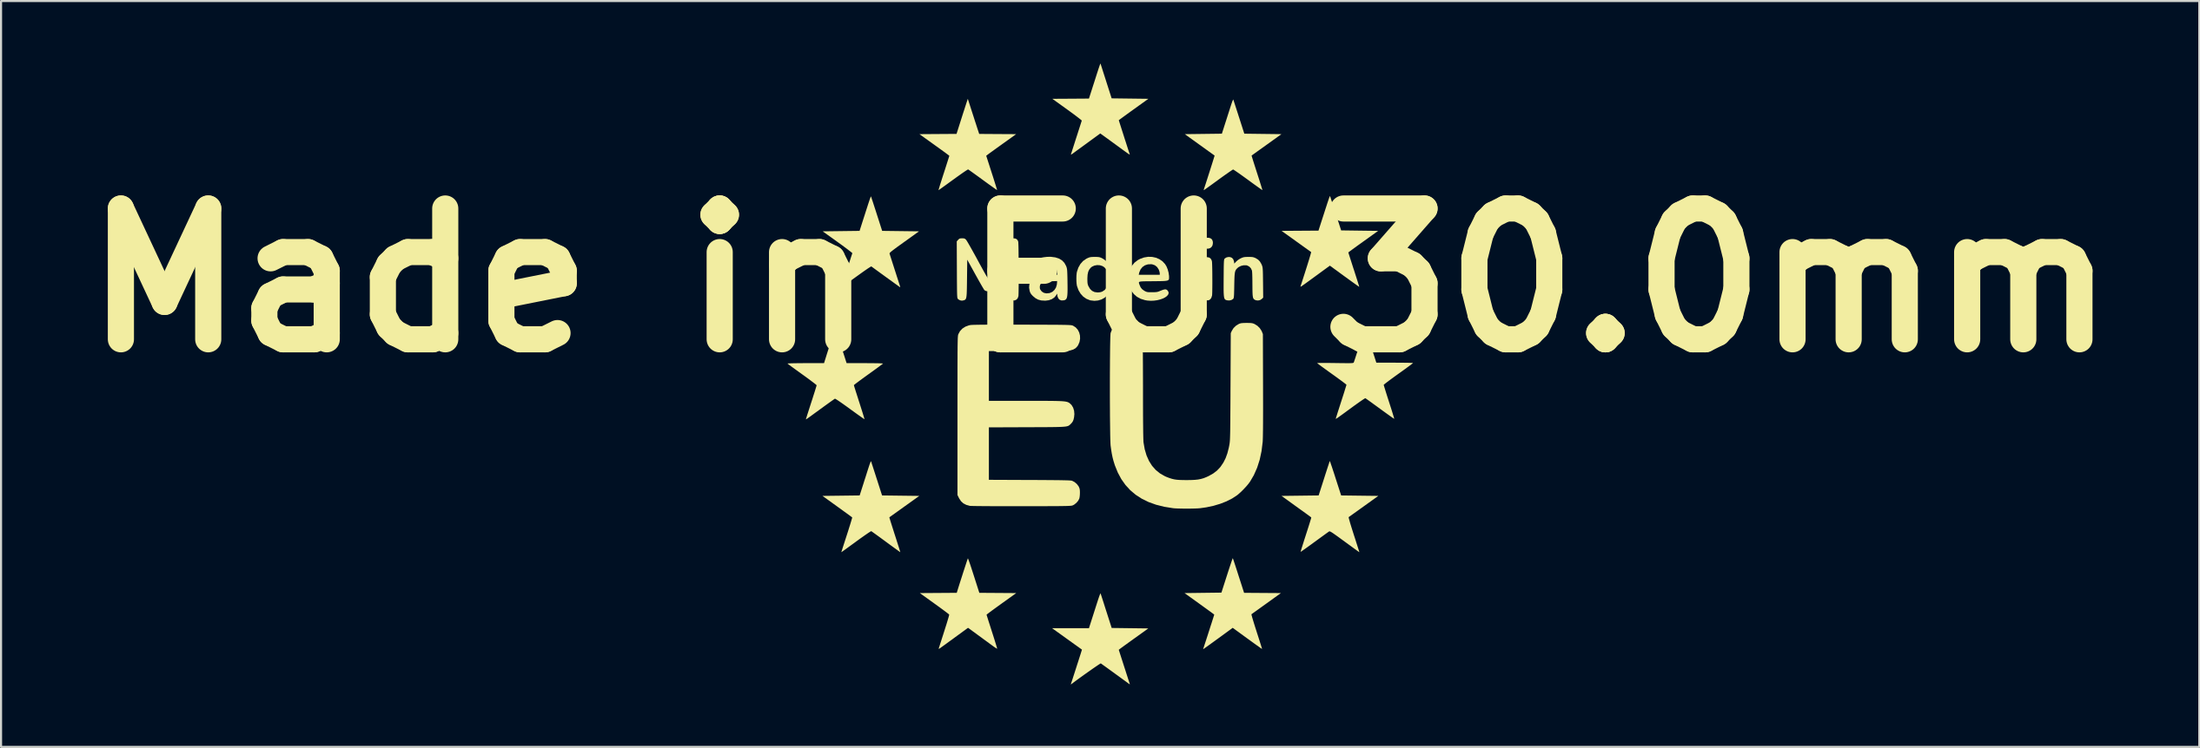
<source format=kicad_pcb>
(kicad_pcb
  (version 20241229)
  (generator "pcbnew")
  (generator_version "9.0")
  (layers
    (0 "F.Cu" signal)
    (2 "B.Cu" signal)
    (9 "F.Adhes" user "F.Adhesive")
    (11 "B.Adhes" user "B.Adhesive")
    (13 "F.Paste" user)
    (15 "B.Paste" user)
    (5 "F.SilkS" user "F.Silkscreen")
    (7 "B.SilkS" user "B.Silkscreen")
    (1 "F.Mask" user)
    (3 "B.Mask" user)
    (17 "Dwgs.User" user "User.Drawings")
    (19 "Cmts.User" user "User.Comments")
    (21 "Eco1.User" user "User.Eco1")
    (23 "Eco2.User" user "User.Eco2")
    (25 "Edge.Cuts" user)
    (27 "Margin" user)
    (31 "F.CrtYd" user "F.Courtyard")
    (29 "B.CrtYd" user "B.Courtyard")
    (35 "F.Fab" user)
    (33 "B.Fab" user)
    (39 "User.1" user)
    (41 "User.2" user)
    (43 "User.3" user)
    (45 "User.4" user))
  (footprint "Made in EU 30.0mm"
    (layer "F.Cu")
    (at 49.714 14.903)
    (property "Reference" "Made in EU 30.0mm" (at 0 -4.5 180) (layer "F.SilkS") (effects (font (size 6.282 6.282) (thickness 1.254))))
    (attr board_only exclude_from_pos_files exclude_from_bom)
    (fp_poly (pts (xy 5.208 -6.535) (xy 5.304 -6.505) (xy 5.368 -6.447) (xy 5.401 -6.358) (xy 5.407 -6.28) (xy 5.388 -6.17) (xy 5.334 -6.083) (xy 5.268 -6.035) (xy 5.192 -6.014) (xy 5.096 -6.009) (xy 4.998 -6.022) (xy 4.939 -6.04) (xy 4.871 -6.092) (xy 4.826 -6.171) (xy 4.807 -6.264) (xy 4.815 -6.358) (xy 4.851 -6.443) (xy 4.881 -6.477) (xy 4.927 -6.51) (xy 4.989 -6.529) (xy 5.077 -6.538)) (stroke (width 0) (type solid)) (fill yes) (layer "F.SilkS"))
    (fp_poly (pts (xy 5.221 -5.588) (xy 5.298 -5.539) (xy 5.346 -5.455) (xy 5.36 -5.403) (xy 5.365 -5.355) (xy 5.369 -5.269) (xy 5.373 -5.152) (xy 5.376 -5.011) (xy 5.378 -4.852) (xy 5.379 -4.682) (xy 5.38 -4.509) (xy 5.38 -4.338) (xy 5.379 -4.177) (xy 5.377 -4.032) (xy 5.375 -3.91) (xy 5.371 -3.818) (xy 5.367 -3.765) (xy 5.332 -3.652) (xy 5.291 -3.594) (xy 5.244 -3.552) (xy 5.195 -3.533) (xy 5.122 -3.528) (xy 5.119 -3.528) (xy 5.022 -3.538) (xy 4.952 -3.572) (xy 4.95 -3.574) (xy 4.904 -3.627) (xy 4.871 -3.695) (xy 4.869 -3.702) (xy 4.862 -3.747) (xy 4.857 -3.831) (xy 4.853 -3.946) (xy 4.85 -4.086) (xy 4.847 -4.245) (xy 4.846 -4.416) (xy 4.846 -4.593) (xy 4.846 -4.768) (xy 4.848 -4.936) (xy 4.85 -5.09) (xy 4.854 -5.224) (xy 4.859 -5.33) (xy 4.864 -5.403) (xy 4.869 -5.431) (xy 4.913 -5.522) (xy 4.987 -5.58) (xy 5.089 -5.604) (xy 5.115 -5.605)) (stroke (width 0) (type solid)) (fill yes) (layer "F.SilkS"))
    (fp_poly (pts (xy 11.026 -8.532) (xy 11.027 -8.53) (xy 11.037 -8.501) (xy 11.058 -8.436) (xy 11.09 -8.337) (xy 11.131 -8.211) (xy 11.179 -8.061) (xy 11.233 -7.894) (xy 11.291 -7.713) (xy 11.298 -7.692) (xy 11.557 -6.889) (xy 12.445 -6.877) (xy 13.333 -6.866) (xy 12.617 -6.353) (xy 12.46 -6.24) (xy 12.315 -6.136) (xy 12.185 -6.041) (xy 12.075 -5.961) (xy 11.989 -5.897) (xy 11.931 -5.853) (xy 11.903 -5.831) (xy 11.902 -5.829) (xy 11.909 -5.806) (xy 11.928 -5.745) (xy 11.958 -5.65) (xy 11.997 -5.528) (xy 12.044 -5.382) (xy 12.097 -5.216) (xy 12.155 -5.036) (xy 12.167 -5.002) (xy 12.225 -4.82) (xy 12.279 -4.652) (xy 12.327 -4.502) (xy 12.366 -4.376) (xy 12.397 -4.277) (xy 12.417 -4.21) (xy 12.425 -4.18) (xy 12.425 -4.179) (xy 12.406 -4.19) (xy 12.355 -4.225) (xy 12.276 -4.281) (xy 12.173 -4.354) (xy 12.049 -4.443) (xy 11.909 -4.545) (xy 11.756 -4.656) (xy 11.717 -4.684) (xy 11.016 -5.196) (xy 10.348 -4.707) (xy 10.163 -4.572) (xy 10.011 -4.461) (xy 9.889 -4.372) (xy 9.794 -4.304) (xy 9.722 -4.253) (xy 9.671 -4.218) (xy 9.636 -4.198) (xy 9.616 -4.188) (xy 9.607 -4.189) (xy 9.606 -4.197) (xy 9.61 -4.21) (xy 9.611 -4.213) (xy 9.683 -4.431) (xy 9.753 -4.649) (xy 9.821 -4.86) (xy 9.885 -5.062) (xy 9.944 -5.25) (xy 9.997 -5.419) (xy 10.041 -5.566) (xy 10.077 -5.687) (xy 10.102 -5.777) (xy 10.116 -5.833) (xy 10.118 -5.849) (xy 10.096 -5.865) (xy 10.042 -5.903) (xy 9.96 -5.962) (xy 9.854 -6.038) (xy 9.728 -6.128) (xy 9.586 -6.23) (xy 9.431 -6.341) (xy 9.4 -6.364) (xy 8.7 -6.866) (xy 9.585 -6.872) (xy 10.47 -6.878) (xy 10.662 -7.475) (xy 10.741 -7.719) (xy 10.807 -7.924) (xy 10.862 -8.092) (xy 10.906 -8.228) (xy 10.942 -8.334) (xy 10.969 -8.414) (xy 10.99 -8.471) (xy 11.005 -8.508) (xy 11.015 -8.528) (xy 11.022 -8.536)) (stroke (width 0) (type solid)) (fill yes) (layer "F.SilkS"))
    (fp_poly (pts (xy 0.028 10.569) (xy 0.049 10.634) (xy 0.081 10.733) (xy 0.122 10.859) (xy 0.17 11.008) (xy 0.223 11.176) (xy 0.281 11.358) (xy 0.291 11.388) (xy 0.552 12.203) (xy 1.43 12.214) (xy 2.309 12.225) (xy 1.651 12.697) (xy 1.498 12.807) (xy 1.355 12.91) (xy 1.226 13.004) (xy 1.116 13.083) (xy 1.029 13.147) (xy 0.969 13.191) (xy 0.943 13.211) (xy 0.892 13.252) (xy 1.15 14.056) (xy 1.209 14.238) (xy 1.263 14.407) (xy 1.312 14.558) (xy 1.353 14.687) (xy 1.386 14.789) (xy 1.408 14.858) (xy 1.419 14.89) (xy 1.419 14.891) (xy 1.42 14.91) (xy 1.402 14.9) (xy 1.37 14.877) (xy 1.309 14.832) (xy 1.223 14.769) (xy 1.117 14.692) (xy 0.996 14.604) (xy 0.865 14.508) (xy 0.728 14.409) (xy 0.591 14.309) (xy 0.459 14.213) (xy 0.336 14.124) (xy 0.227 14.045) (xy 0.137 13.981) (xy 0.072 13.934) (xy 0.036 13.908) (xy 0.03 13.904) (xy 0.009 13.914) (xy -0.044 13.947) (xy -0.124 14) (xy -0.226 14.069) (xy -0.345 14.151) (xy -0.477 14.244) (xy -0.617 14.342) (xy -0.76 14.444) (xy -0.902 14.546) (xy -1.038 14.644) (xy -1.163 14.736) (xy -1.273 14.818) (xy -1.363 14.886) (xy -1.383 14.902) (xy -1.406 14.915) (xy -1.403 14.894) (xy -1.403 14.893) (xy -1.393 14.864) (xy -1.372 14.798) (xy -1.34 14.702) (xy -1.301 14.581) (xy -1.256 14.441) (xy -1.207 14.289) (xy -1.156 14.13) (xy -1.105 13.97) (xy -1.055 13.816) (xy -1.009 13.672) (xy -0.969 13.546) (xy -0.936 13.444) (xy -0.913 13.37) (xy -0.903 13.337) (xy -0.874 13.243) (xy -1.59 12.729) (xy -2.306 12.214) (xy -1.422 12.214) (xy -0.538 12.214) (xy -0.379 11.717) (xy -0.325 11.548) (xy -0.267 11.366) (xy -0.209 11.186) (xy -0.156 11.02) (xy -0.111 10.882) (xy -0.106 10.864) (xy -0.068 10.75) (xy -0.034 10.654) (xy -0.006 10.584) (xy 0.012 10.545) (xy 0.019 10.541)) (stroke (width 0) (type solid)) (fill yes) (layer "F.SilkS"))
    (fp_poly (pts (xy -6.165 -12.638) (xy -6.11 -12.468) (xy -6.054 -12.296) (xy -6.001 -12.13) (xy -5.952 -11.982) (xy -5.913 -11.859) (xy -5.892 -11.796) (xy -5.802 -11.522) (xy -4.916 -11.516) (xy -4.03 -11.511) (xy -4.667 -11.054) (xy -4.819 -10.945) (xy -4.963 -10.842) (xy -5.094 -10.747) (xy -5.206 -10.666) (xy -5.296 -10.601) (xy -5.358 -10.555) (xy -5.384 -10.536) (xy -5.465 -10.473) (xy -5.201 -9.653) (xy -5.142 -9.471) (xy -5.089 -9.302) (xy -5.042 -9.152) (xy -5.002 -9.024) (xy -4.972 -8.925) (xy -4.952 -8.857) (xy -4.944 -8.827) (xy -4.944 -8.825) (xy -4.963 -8.836) (xy -5.014 -8.871) (xy -5.093 -8.926) (xy -5.196 -9) (xy -5.32 -9.088) (xy -5.459 -9.189) (xy -5.61 -9.299) (xy -5.628 -9.312) (xy -5.781 -9.424) (xy -5.924 -9.528) (xy -6.052 -9.62) (xy -6.161 -9.698) (xy -6.246 -9.759) (xy -6.305 -9.8) (xy -6.331 -9.817) (xy -6.332 -9.817) (xy -6.356 -9.807) (xy -6.411 -9.773) (xy -6.495 -9.718) (xy -6.602 -9.645) (xy -6.728 -9.556) (xy -6.87 -9.455) (xy -7.023 -9.344) (xy -7.051 -9.324) (xy -7.206 -9.212) (xy -7.348 -9.108) (xy -7.476 -9.016) (xy -7.584 -8.938) (xy -7.669 -8.878) (xy -7.726 -8.838) (xy -7.752 -8.82) (xy -7.753 -8.82) (xy -7.749 -8.84) (xy -7.732 -8.899) (xy -7.705 -8.99) (xy -7.668 -9.111) (xy -7.622 -9.256) (xy -7.57 -9.42) (xy -7.513 -9.599) (xy -7.499 -9.64) (xy -7.44 -9.823) (xy -7.386 -9.992) (xy -7.338 -10.143) (xy -7.297 -10.271) (xy -7.266 -10.371) (xy -7.244 -10.439) (xy -7.235 -10.471) (xy -7.235 -10.472) (xy -7.252 -10.487) (xy -7.302 -10.525) (xy -7.381 -10.584) (xy -7.484 -10.66) (xy -7.608 -10.75) (xy -7.749 -10.852) (xy -7.904 -10.963) (xy -7.951 -10.997) (xy -8.668 -11.511) (xy -7.778 -11.517) (xy -6.889 -11.523) (xy -6.678 -12.187) (xy -6.623 -12.361) (xy -6.569 -12.53) (xy -6.518 -12.686) (xy -6.474 -12.824) (xy -6.438 -12.936) (xy -6.413 -13.014) (xy -6.407 -13.029) (xy -6.348 -13.208)) (stroke (width 0) (type solid)) (fill yes) (layer "F.SilkS"))
    (fp_poly (pts (xy -6.335 8.877) (xy -6.313 8.932) (xy -6.281 9.021) (xy -6.24 9.139) (xy -6.192 9.282) (xy -6.139 9.446) (xy -6.081 9.625) (xy -6.063 9.68) (xy -5.796 10.516) (xy -4.911 10.522) (xy -4.026 10.528) (xy -4.737 11.039) (xy -4.894 11.152) (xy -5.039 11.257) (xy -5.168 11.351) (xy -5.277 11.432) (xy -5.362 11.496) (xy -5.42 11.541) (xy -5.447 11.563) (xy -5.448 11.565) (xy -5.442 11.589) (xy -5.423 11.651) (xy -5.393 11.746) (xy -5.355 11.869) (xy -5.308 12.015) (xy -5.255 12.181) (xy -5.198 12.36) (xy -5.191 12.382) (xy -5.133 12.562) (xy -5.08 12.729) (xy -5.034 12.878) (xy -4.995 13.004) (xy -4.965 13.103) (xy -4.947 13.169) (xy -4.94 13.198) (xy -4.94 13.199) (xy -4.959 13.193) (xy -5.006 13.165) (xy -5.074 13.12) (xy -5.136 13.076) (xy -5.206 13.024) (xy -5.305 12.952) (xy -5.425 12.863) (xy -5.561 12.764) (xy -5.703 12.659) (xy -5.831 12.566) (xy -6.337 12.196) (xy -6.948 12.642) (xy -7.097 12.752) (xy -7.24 12.855) (xy -7.369 12.95) (xy -7.481 13.031) (xy -7.571 13.096) (xy -7.633 13.14) (xy -7.656 13.157) (xy -7.712 13.195) (xy -7.739 13.208) (xy -7.744 13.199) (xy -7.737 13.171) (xy -7.727 13.138) (xy -7.704 13.068) (xy -7.672 12.965) (xy -7.63 12.836) (xy -7.582 12.685) (xy -7.528 12.517) (xy -7.476 12.353) (xy -7.42 12.176) (xy -7.368 12.012) (xy -7.324 11.866) (xy -7.287 11.743) (xy -7.26 11.647) (xy -7.245 11.585) (xy -7.241 11.56) (xy -7.261 11.542) (xy -7.313 11.5) (xy -7.394 11.438) (xy -7.499 11.36) (xy -7.624 11.267) (xy -7.766 11.164) (xy -7.92 11.052) (xy -7.95 11.031) (xy -8.649 10.528) (xy -7.764 10.522) (xy -6.879 10.516) (xy -6.836 10.377) (xy -6.792 10.236) (xy -6.743 10.08) (xy -6.69 9.914) (xy -6.635 9.743) (xy -6.581 9.573) (xy -6.528 9.409) (xy -6.478 9.257) (xy -6.434 9.122) (xy -6.397 9.01) (xy -6.368 8.925) (xy -6.35 8.873) (xy -6.344 8.86)) (stroke (width 0) (type solid)) (fill yes) (layer "F.SilkS"))
    (fp_poly (pts (xy 2.492 -5.616) (xy 2.675 -5.577) (xy 2.843 -5.505) (xy 2.992 -5.402) (xy 3.114 -5.269) (xy 3.181 -5.16) (xy 3.238 -5.019) (xy 3.281 -4.858) (xy 3.303 -4.702) (xy 3.304 -4.653) (xy 3.304 -4.601) (xy 3.301 -4.558) (xy 3.289 -4.525) (xy 3.265 -4.5) (xy 3.225 -4.481) (xy 3.163 -4.468) (xy 3.077 -4.459) (xy 2.96 -4.454) (xy 2.809 -4.451) (xy 2.62 -4.449) (xy 2.532 -4.448) (xy 2.336 -4.446) (xy 2.18 -4.445) (xy 2.061 -4.442) (xy 1.973 -4.437) (xy 1.913 -4.429) (xy 1.877 -4.416) (xy 1.859 -4.397) (xy 1.857 -4.371) (xy 1.866 -4.337) (xy 1.881 -4.295) (xy 1.889 -4.273) (xy 1.94 -4.156) (xy 2.007 -4.069) (xy 2.103 -3.998) (xy 2.129 -3.982) (xy 2.184 -3.954) (xy 2.231 -3.936) (xy 2.285 -3.925) (xy 2.357 -3.921) (xy 2.458 -3.92) (xy 2.49 -3.92) (xy 2.605 -3.922) (xy 2.689 -3.927) (xy 2.756 -3.939) (xy 2.819 -3.959) (xy 2.88 -3.984) (xy 2.995 -4.03) (xy 3.079 -4.054) (xy 3.141 -4.057) (xy 3.19 -4.04) (xy 3.225 -4.011) (xy 3.274 -3.94) (xy 3.283 -3.868) (xy 3.256 -3.798) (xy 3.197 -3.731) (xy 3.111 -3.669) (xy 3.002 -3.615) (xy 2.875 -3.57) (xy 2.733 -3.536) (xy 2.581 -3.515) (xy 2.424 -3.509) (xy 2.265 -3.52) (xy 2.153 -3.539) (xy 1.942 -3.604) (xy 1.762 -3.702) (xy 1.614 -3.831) (xy 1.498 -3.988) (xy 1.417 -4.174) (xy 1.37 -4.385) (xy 1.359 -4.566) (xy 1.374 -4.756) (xy 1.85 -4.756) (xy 2.354 -4.756) (xy 2.858 -4.756) (xy 2.858 -4.829) (xy 2.848 -4.89) (xy 2.824 -4.969) (xy 2.804 -5.017) (xy 2.727 -5.133) (xy 2.624 -5.215) (xy 2.496 -5.259) (xy 2.449 -5.265) (xy 2.289 -5.258) (xy 2.147 -5.212) (xy 2.028 -5.13) (xy 1.936 -5.015) (xy 1.875 -4.871) (xy 1.865 -4.829) (xy 1.85 -4.756) (xy 1.374 -4.756) (xy 1.377 -4.799) (xy 1.43 -5.005) (xy 1.518 -5.184) (xy 1.641 -5.335) (xy 1.799 -5.459) (xy 1.912 -5.52) (xy 2.104 -5.589) (xy 2.3 -5.621)) (stroke (width 0) (type solid)) (fill yes) (layer "F.SilkS"))
    (fp_poly (pts (xy 6.364 8.862) (xy 6.373 8.884) (xy 6.387 8.924) (xy 6.407 8.983) (xy 6.434 9.065) (xy 6.47 9.174) (xy 6.515 9.312) (xy 6.57 9.483) (xy 6.636 9.689) (xy 6.715 9.934) (xy 6.732 9.986) (xy 6.902 10.516) (xy 7.785 10.522) (xy 8.668 10.528) (xy 7.97 11.031) (xy 7.814 11.143) (xy 7.669 11.247) (xy 7.54 11.34) (xy 7.43 11.419) (xy 7.343 11.481) (xy 7.284 11.524) (xy 7.256 11.544) (xy 7.255 11.545) (xy 7.257 11.568) (xy 7.273 11.629) (xy 7.299 11.723) (xy 7.336 11.845) (xy 7.38 11.991) (xy 7.432 12.157) (xy 7.49 12.337) (xy 7.503 12.381) (xy 7.562 12.563) (xy 7.616 12.732) (xy 7.664 12.883) (xy 7.704 13.011) (xy 7.735 13.111) (xy 7.755 13.179) (xy 7.763 13.21) (xy 7.763 13.211) (xy 7.744 13.2) (xy 7.693 13.165) (xy 7.614 13.109) (xy 7.511 13.036) (xy 7.387 12.947) (xy 7.247 12.845) (xy 7.094 12.734) (xy 7.056 12.707) (xy 6.356 12.196) (xy 6.243 12.28) (xy 6.094 12.389) (xy 5.938 12.503) (xy 5.781 12.618) (xy 5.625 12.731) (xy 5.476 12.84) (xy 5.337 12.94) (xy 5.213 13.03) (xy 5.107 13.106) (xy 5.025 13.164) (xy 4.969 13.203) (xy 4.945 13.219) (xy 4.945 13.219) (xy 4.94 13.205) (xy 4.942 13.202) (xy 4.951 13.178) (xy 4.971 13.118) (xy 5.001 13.026) (xy 5.039 12.909) (xy 5.084 12.772) (xy 5.133 12.621) (xy 5.184 12.462) (xy 5.236 12.3) (xy 5.287 12.14) (xy 5.336 11.99) (xy 5.379 11.853) (xy 5.417 11.736) (xy 5.445 11.645) (xy 5.464 11.585) (xy 5.471 11.561) (xy 5.471 11.561) (xy 5.453 11.547) (xy 5.403 11.509) (xy 5.325 11.451) (xy 5.222 11.376) (xy 5.098 11.286) (xy 4.957 11.184) (xy 4.803 11.073) (xy 4.758 11.04) (xy 4.046 10.528) (xy 4.93 10.517) (xy 5.815 10.506) (xy 6.082 9.674) (xy 6.141 9.491) (xy 6.196 9.323) (xy 6.246 9.173) (xy 6.288 9.047) (xy 6.322 8.949) (xy 6.346 8.883) (xy 6.358 8.854) (xy 6.359 8.853)) (stroke (width 0) (type solid)) (fill yes) (layer "F.SilkS"))
    (fp_poly (pts (xy 0.023 -14.878) (xy 0.043 -14.815) (xy 0.074 -14.719) (xy 0.114 -14.594) (xy 0.161 -14.446) (xy 0.215 -14.279) (xy 0.273 -14.098) (xy 0.286 -14.056) (xy 0.55 -13.23) (xy 1.431 -13.219) (xy 2.311 -13.208) (xy 1.602 -12.698) (xy 1.446 -12.586) (xy 1.301 -12.481) (xy 1.173 -12.388) (xy 1.064 -12.308) (xy 0.978 -12.245) (xy 0.921 -12.202) (xy 0.894 -12.181) (xy 0.893 -12.179) (xy 0.9 -12.157) (xy 0.918 -12.098) (xy 0.947 -12.008) (xy 0.984 -11.892) (xy 1.027 -11.757) (xy 1.075 -11.607) (xy 1.126 -11.448) (xy 1.177 -11.286) (xy 1.229 -11.127) (xy 1.277 -10.977) (xy 1.321 -10.84) (xy 1.359 -10.723) (xy 1.389 -10.631) (xy 1.407 -10.578) (xy 1.414 -10.559) (xy 1.419 -10.543) (xy 1.42 -10.534) (xy 1.412 -10.533) (xy 1.393 -10.541) (xy 1.36 -10.562) (xy 1.308 -10.598) (xy 1.235 -10.65) (xy 1.138 -10.72) (xy 1.012 -10.812) (xy 0.856 -10.926) (xy 0.759 -10.997) (xy 0.611 -11.105) (xy 0.471 -11.207) (xy 0.345 -11.299) (xy 0.237 -11.377) (xy 0.152 -11.439) (xy 0.095 -11.48) (xy 0.075 -11.494) (xy 0.005 -11.544) (xy -0.595 -11.106) (xy -0.744 -10.997) (xy -0.886 -10.893) (xy -1.017 -10.798) (xy -1.13 -10.716) (xy -1.22 -10.65) (xy -1.282 -10.604) (xy -1.303 -10.589) (xy -1.363 -10.546) (xy -1.393 -10.529) (xy -1.402 -10.534) (xy -1.396 -10.561) (xy -1.395 -10.563) (xy -1.385 -10.595) (xy -1.363 -10.663) (xy -1.332 -10.762) (xy -1.292 -10.885) (xy -1.247 -11.026) (xy -1.198 -11.18) (xy -1.146 -11.341) (xy -1.094 -11.502) (xy -1.044 -11.659) (xy -0.997 -11.804) (xy -0.956 -11.932) (xy -0.922 -12.038) (xy -0.898 -12.114) (xy -0.884 -12.156) (xy -0.883 -12.161) (xy -0.898 -12.179) (xy -0.947 -12.22) (xy -1.024 -12.281) (xy -1.125 -12.359) (xy -1.248 -12.452) (xy -1.388 -12.555) (xy -1.542 -12.667) (xy -1.584 -12.697) (xy -2.294 -13.208) (xy -1.416 -13.213) (xy -0.538 -13.219) (xy -0.379 -13.716) (xy -0.325 -13.885) (xy -0.266 -14.067) (xy -0.209 -14.247) (xy -0.156 -14.413) (xy -0.111 -14.551) (xy -0.106 -14.568) (xy -0.068 -14.684) (xy -0.034 -14.782) (xy -0.008 -14.855) (xy 0.009 -14.896) (xy 0.015 -14.903)) (stroke (width 0) (type solid)) (fill yes) (layer "F.SilkS"))
    (fp_poly (pts (xy 11.022 4.204) (xy 11.042 4.261) (xy 11.073 4.351) (xy 11.114 4.47) (xy 11.161 4.614) (xy 11.215 4.777) (xy 11.273 4.957) (xy 11.289 5.008) (xy 11.557 5.839) (xy 12.448 5.85) (xy 13.339 5.861) (xy 12.639 6.364) (xy 12.483 6.476) (xy 12.338 6.58) (xy 12.207 6.674) (xy 12.096 6.753) (xy 12.009 6.816) (xy 11.948 6.859) (xy 11.919 6.879) (xy 11.918 6.88) (xy 11.919 6.904) (xy 11.934 6.967) (xy 11.961 7.065) (xy 11.998 7.194) (xy 12.046 7.351) (xy 12.103 7.532) (xy 12.165 7.728) (xy 12.225 7.912) (xy 12.279 8.082) (xy 12.327 8.233) (xy 12.368 8.362) (xy 12.4 8.463) (xy 12.421 8.531) (xy 12.43 8.564) (xy 12.43 8.565) (xy 12.412 8.553) (xy 12.362 8.518) (xy 12.283 8.461) (xy 12.18 8.387) (xy 12.057 8.297) (xy 11.917 8.195) (xy 11.764 8.083) (xy 11.725 8.055) (xy 11.546 7.924) (xy 11.401 7.818) (xy 11.283 7.734) (xy 11.192 7.67) (xy 11.122 7.623) (xy 11.07 7.591) (xy 11.033 7.573) (xy 11.007 7.564) (xy 10.989 7.565) (xy 10.977 7.57) (xy 10.948 7.59) (xy 10.888 7.632) (xy 10.801 7.695) (xy 10.691 7.775) (xy 10.563 7.868) (xy 10.42 7.972) (xy 10.275 8.078) (xy 10.126 8.187) (xy 9.987 8.287) (xy 9.865 8.375) (xy 9.762 8.448) (xy 9.683 8.503) (xy 9.632 8.537) (xy 9.613 8.548) (xy 9.617 8.526) (xy 9.635 8.466) (xy 9.663 8.372) (xy 9.701 8.251) (xy 9.747 8.105) (xy 9.799 7.94) (xy 9.857 7.761) (xy 9.868 7.725) (xy 9.927 7.543) (xy 9.981 7.375) (xy 10.028 7.225) (xy 10.068 7.097) (xy 10.098 6.997) (xy 10.117 6.929) (xy 10.125 6.899) (xy 10.124 6.897) (xy 10.104 6.88) (xy 10.055 6.842) (xy 9.982 6.788) (xy 9.893 6.723) (xy 9.853 6.694) (xy 9.756 6.624) (xy 9.632 6.535) (xy 9.491 6.434) (xy 9.343 6.327) (xy 9.197 6.221) (xy 9.144 6.183) (xy 8.697 5.861) (xy 9.587 5.85) (xy 10.478 5.839) (xy 10.741 5.017) (xy 10.799 4.834) (xy 10.854 4.665) (xy 10.903 4.514) (xy 10.945 4.386) (xy 10.978 4.286) (xy 11.001 4.218) (xy 11.012 4.187) (xy 11.013 4.186)) (stroke (width 0) (type solid)) (fill yes) (layer "F.SilkS"))
    (fp_poly (pts (xy -10.989 4.198) (xy -10.979 4.226) (xy -10.958 4.292) (xy -10.926 4.391) (xy -10.885 4.517) (xy -10.837 4.666) (xy -10.783 4.834) (xy -10.725 5.014) (xy -10.718 5.035) (xy -10.46 5.839) (xy -9.568 5.85) (xy -8.676 5.861) (xy -9.39 6.373) (xy -9.547 6.486) (xy -9.693 6.59) (xy -9.823 6.684) (xy -9.934 6.763) (xy -10.021 6.825) (xy -10.08 6.868) (xy -10.109 6.889) (xy -10.111 6.89) (xy -10.106 6.911) (xy -10.088 6.971) (xy -10.06 7.064) (xy -10.022 7.185) (xy -9.976 7.331) (xy -9.923 7.496) (xy -9.866 7.677) (xy -9.849 7.728) (xy -9.79 7.911) (xy -9.736 8.081) (xy -9.688 8.233) (xy -9.647 8.361) (xy -9.616 8.462) (xy -9.595 8.531) (xy -9.586 8.563) (xy -9.586 8.564) (xy -9.604 8.553) (xy -9.654 8.517) (xy -9.733 8.46) (xy -9.835 8.386) (xy -9.958 8.297) (xy -10.097 8.195) (xy -10.248 8.084) (xy -10.271 8.067) (xy -10.425 7.954) (xy -10.568 7.849) (xy -10.696 7.756) (xy -10.806 7.677) (xy -10.892 7.615) (xy -10.951 7.573) (xy -10.979 7.555) (xy -10.98 7.554) (xy -11.003 7.565) (xy -11.059 7.599) (xy -11.142 7.654) (xy -11.249 7.727) (xy -11.375 7.816) (xy -11.518 7.917) (xy -11.672 8.029) (xy -11.711 8.058) (xy -11.866 8.171) (xy -12.01 8.275) (xy -12.137 8.368) (xy -12.245 8.446) (xy -12.33 8.507) (xy -12.387 8.547) (xy -12.414 8.565) (xy -12.415 8.565) (xy -12.408 8.543) (xy -12.389 8.484) (xy -12.36 8.39) (xy -12.321 8.269) (xy -12.274 8.123) (xy -12.221 7.958) (xy -12.163 7.778) (xy -12.149 7.735) (xy -12.09 7.552) (xy -12.037 7.382) (xy -11.989 7.23) (xy -11.95 7.101) (xy -11.92 7) (xy -11.9 6.93) (xy -11.893 6.897) (xy -11.893 6.895) (xy -11.913 6.879) (xy -11.965 6.84) (xy -12.045 6.78) (xy -12.15 6.704) (xy -12.276 6.613) (xy -12.417 6.51) (xy -12.572 6.399) (xy -12.611 6.37) (xy -13.319 5.861) (xy -12.427 5.85) (xy -11.535 5.839) (xy -11.36 5.292) (xy -11.307 5.123) (xy -11.251 4.95) (xy -11.198 4.782) (xy -11.15 4.631) (xy -11.11 4.507) (xy -11.093 4.455) (xy -11.059 4.352) (xy -11.029 4.271) (xy -11.006 4.216) (xy -10.991 4.196)) (stroke (width 0) (type solid)) (fill yes) (layer "F.SilkS"))
    (fp_poly (pts (xy 6.393 -13.145) (xy 6.415 -13.08) (xy 6.447 -12.981) (xy 6.488 -12.855) (xy 6.536 -12.706) (xy 6.59 -12.538) (xy 6.648 -12.358) (xy 6.655 -12.337) (xy 6.913 -11.533) (xy 7.803 -11.522) (xy 8.693 -11.511) (xy 7.981 -10.999) (xy 7.824 -10.886) (xy 7.678 -10.782) (xy 7.548 -10.689) (xy 7.438 -10.609) (xy 7.351 -10.547) (xy 7.292 -10.504) (xy 7.264 -10.484) (xy 7.262 -10.483) (xy 7.267 -10.461) (xy 7.285 -10.402) (xy 7.313 -10.309) (xy 7.351 -10.188) (xy 7.397 -10.042) (xy 7.45 -9.878) (xy 7.507 -9.698) (xy 7.521 -9.655) (xy 7.58 -9.472) (xy 7.634 -9.303) (xy 7.681 -9.152) (xy 7.721 -9.024) (xy 7.752 -8.924) (xy 7.772 -8.856) (xy 7.78 -8.825) (xy 7.78 -8.823) (xy 7.761 -8.834) (xy 7.71 -8.869) (xy 7.632 -8.924) (xy 7.528 -8.998) (xy 7.405 -9.086) (xy 7.266 -9.187) (xy 7.115 -9.298) (xy 7.091 -9.315) (xy 6.937 -9.427) (xy 6.794 -9.53) (xy 6.665 -9.622) (xy 6.554 -9.699) (xy 6.467 -9.758) (xy 6.407 -9.798) (xy 6.378 -9.813) (xy 6.376 -9.814) (xy 6.351 -9.801) (xy 6.295 -9.764) (xy 6.21 -9.707) (xy 6.103 -9.632) (xy 5.976 -9.543) (xy 5.833 -9.441) (xy 5.68 -9.33) (xy 5.663 -9.317) (xy 5.509 -9.205) (xy 5.368 -9.102) (xy 5.241 -9.011) (xy 5.135 -8.934) (xy 5.051 -8.875) (xy 4.996 -8.836) (xy 4.971 -8.82) (xy 4.971 -8.82) (xy 4.969 -8.838) (xy 4.98 -8.881) (xy 5.01 -8.974) (xy 5.049 -9.092) (xy 5.093 -9.229) (xy 5.142 -9.381) (xy 5.193 -9.542) (xy 5.246 -9.706) (xy 5.297 -9.868) (xy 5.346 -10.022) (xy 5.39 -10.162) (xy 5.428 -10.284) (xy 5.458 -10.381) (xy 5.479 -10.449) (xy 5.488 -10.481) (xy 5.488 -10.483) (xy 5.469 -10.496) (xy 5.418 -10.533) (xy 5.338 -10.59) (xy 5.234 -10.665) (xy 5.109 -10.755) (xy 4.968 -10.857) (xy 4.814 -10.968) (xy 4.77 -10.999) (xy 4.059 -11.511) (xy 4.948 -11.522) (xy 5.837 -11.533) (xy 5.994 -12.024) (xy 6.048 -12.192) (xy 6.105 -12.371) (xy 6.162 -12.549) (xy 6.214 -12.711) (xy 6.257 -12.846) (xy 6.262 -12.861) (xy 6.299 -12.974) (xy 6.332 -13.067) (xy 6.359 -13.135) (xy 6.378 -13.171) (xy 6.384 -13.173)) (stroke (width 0) (type solid)) (fill yes) (layer "F.SilkS"))
    (fp_poly (pts (xy -10.985 -8.5) (xy -10.964 -8.439) (xy -10.933 -8.345) (xy -10.892 -8.223) (xy -10.845 -8.076) (xy -10.791 -7.91) (xy -10.733 -7.73) (xy -10.72 -7.689) (xy -10.456 -6.866) (xy -9.572 -6.855) (xy -8.688 -6.844) (xy -9.402 -6.331) (xy -9.584 -6.2) (xy -9.733 -6.093) (xy -9.851 -6.005) (xy -9.942 -5.936) (xy -10.01 -5.883) (xy -10.056 -5.843) (xy -10.085 -5.814) (xy -10.099 -5.792) (xy -10.102 -5.777) (xy -10.101 -5.773) (xy -10.09 -5.738) (xy -10.068 -5.668) (xy -10.036 -5.568) (xy -9.996 -5.444) (xy -9.951 -5.302) (xy -9.901 -5.148) (xy -9.85 -4.988) (xy -9.798 -4.828) (xy -9.749 -4.673) (xy -9.702 -4.529) (xy -9.662 -4.402) (xy -9.628 -4.299) (xy -9.604 -4.224) (xy -9.591 -4.185) (xy -9.59 -4.18) (xy -9.593 -4.162) (xy -9.607 -4.167) (xy -9.629 -4.183) (xy -9.683 -4.221) (xy -9.762 -4.278) (xy -9.863 -4.351) (xy -9.98 -4.436) (xy -10.109 -4.529) (xy -10.245 -4.627) (xy -10.382 -4.727) (xy -10.516 -4.824) (xy -10.642 -4.916) (xy -10.755 -4.998) (xy -10.849 -5.067) (xy -10.921 -5.12) (xy -10.965 -5.152) (xy -10.975 -5.159) (xy -10.997 -5.151) (xy -11.052 -5.118) (xy -11.136 -5.063) (xy -11.244 -4.989) (xy -11.373 -4.899) (xy -11.52 -4.794) (xy -11.681 -4.678) (xy -11.699 -4.665) (xy -11.855 -4.552) (xy -11.999 -4.447) (xy -12.127 -4.354) (xy -12.237 -4.275) (xy -12.322 -4.214) (xy -12.381 -4.173) (xy -12.409 -4.154) (xy -12.41 -4.153) (xy -12.412 -4.17) (xy -12.407 -4.187) (xy -12.397 -4.216) (xy -12.375 -4.282) (xy -12.343 -4.38) (xy -12.302 -4.506) (xy -12.254 -4.655) (xy -12.201 -4.821) (xy -12.144 -4.997) (xy -12.087 -5.175) (xy -12.034 -5.34) (xy -11.986 -5.486) (xy -11.947 -5.61) (xy -11.915 -5.706) (xy -11.895 -5.769) (xy -11.887 -5.795) (xy -11.902 -5.812) (xy -11.951 -5.853) (xy -12.028 -5.913) (xy -12.13 -5.991) (xy -12.253 -6.083) (xy -12.393 -6.186) (xy -12.547 -6.297) (xy -12.593 -6.331) (xy -13.308 -6.844) (xy -12.424 -6.855) (xy -11.539 -6.866) (xy -11.432 -7.201) (xy -11.392 -7.327) (xy -11.342 -7.482) (xy -11.286 -7.656) (xy -11.229 -7.834) (xy -11.174 -8.004) (xy -11.164 -8.035) (xy -11.119 -8.175) (xy -11.078 -8.299) (xy -11.043 -8.401) (xy -11.016 -8.475) (xy -10.999 -8.517) (xy -10.994 -8.523)) (stroke (width 0) (type solid)) (fill yes) (layer "F.SilkS"))
    (fp_poly (pts (xy 7.22 -5.614) (xy 7.297 -5.609) (xy 7.358 -5.596) (xy 7.417 -5.575) (xy 7.464 -5.553) (xy 7.574 -5.485) (xy 7.659 -5.398) (xy 7.728 -5.282) (xy 7.755 -5.221) (xy 7.769 -5.186) (xy 7.779 -5.15) (xy 7.788 -5.107) (xy 7.794 -5.053) (xy 7.799 -4.983) (xy 7.803 -4.89) (xy 7.806 -4.769) (xy 7.808 -4.615) (xy 7.81 -4.423) (xy 7.811 -4.382) (xy 7.818 -3.661) (xy 7.751 -3.595) (xy 7.67 -3.543) (xy 7.571 -3.522) (xy 7.469 -3.533) (xy 7.4 -3.565) (xy 7.372 -3.588) (xy 7.349 -3.618) (xy 7.332 -3.66) (xy 7.32 -3.72) (xy 7.311 -3.803) (xy 7.306 -3.913) (xy 7.303 -4.056) (xy 7.302 -4.237) (xy 7.301 -4.307) (xy 7.3 -4.494) (xy 7.297 -4.657) (xy 7.293 -4.792) (xy 7.287 -4.894) (xy 7.279 -4.957) (xy 7.277 -4.967) (xy 7.226 -5.074) (xy 7.145 -5.156) (xy 7.043 -5.206) (xy 7.007 -5.214) (xy 6.879 -5.214) (xy 6.751 -5.183) (xy 6.637 -5.125) (xy 6.589 -5.086) (xy 6.548 -5.045) (xy 6.516 -5.006) (xy 6.491 -4.962) (xy 6.472 -4.909) (xy 6.458 -4.841) (xy 6.448 -4.752) (xy 6.441 -4.637) (xy 6.436 -4.489) (xy 6.432 -4.305) (xy 6.431 -4.249) (xy 6.428 -4.068) (xy 6.424 -3.926) (xy 6.421 -3.818) (xy 6.416 -3.739) (xy 6.41 -3.684) (xy 6.403 -3.646) (xy 6.394 -3.621) (xy 6.381 -3.603) (xy 6.373 -3.594) (xy 6.298 -3.547) (xy 6.201 -3.524) (xy 6.102 -3.529) (xy 6.058 -3.539) (xy 6.022 -3.552) (xy 5.992 -3.571) (xy 5.969 -3.601) (xy 5.951 -3.645) (xy 5.938 -3.707) (xy 5.929 -3.792) (xy 5.923 -3.902) (xy 5.92 -4.043) (xy 5.92 -4.218) (xy 5.921 -4.431) (xy 5.922 -4.604) (xy 5.924 -4.827) (xy 5.925 -5.009) (xy 5.927 -5.155) (xy 5.93 -5.27) (xy 5.933 -5.357) (xy 5.937 -5.421) (xy 5.943 -5.466) (xy 5.95 -5.497) (xy 5.958 -5.518) (xy 5.968 -5.532) (xy 5.971 -5.535) (xy 6.043 -5.585) (xy 6.138 -5.611) (xy 6.224 -5.61) (xy 6.315 -5.576) (xy 6.38 -5.508) (xy 6.416 -5.408) (xy 6.418 -5.398) (xy 6.433 -5.295) (xy 6.521 -5.391) (xy 6.602 -5.462) (xy 6.703 -5.528) (xy 6.749 -5.551) (xy 6.82 -5.582) (xy 6.883 -5.601) (xy 6.952 -5.611) (xy 7.042 -5.615) (xy 7.112 -5.615)) (stroke (width 0) (type solid)) (fill yes) (layer "F.SilkS"))
    (fp_poly (pts (xy 0.741 -6.501) (xy 0.824 -6.46) (xy 0.854 -6.432) (xy 0.915 -6.363) (xy 0.915 -5.034) (xy 0.915 -4.747) (xy 0.915 -4.501) (xy 0.914 -4.293) (xy 0.913 -4.12) (xy 0.91 -3.978) (xy 0.906 -3.864) (xy 0.901 -3.774) (xy 0.894 -3.705) (xy 0.885 -3.654) (xy 0.873 -3.618) (xy 0.859 -3.592) (xy 0.842 -3.574) (xy 0.822 -3.56) (xy 0.802 -3.549) (xy 0.737 -3.53) (xy 0.651 -3.525) (xy 0.567 -3.533) (xy 0.514 -3.55) (xy 0.467 -3.596) (xy 0.428 -3.669) (xy 0.405 -3.752) (xy 0.402 -3.789) (xy 0.402 -3.851) (xy 0.332 -3.766) (xy 0.213 -3.655) (xy 0.066 -3.573) (xy -0.099 -3.523) (xy -0.276 -3.507) (xy -0.454 -3.527) (xy -0.493 -3.536) (xy -0.663 -3.605) (xy -0.814 -3.711) (xy -0.941 -3.851) (xy -1.041 -4.02) (xy -1.111 -4.216) (xy -1.115 -4.231) (xy -1.13 -4.327) (xy -1.139 -4.451) (xy -1.141 -4.566) (xy -0.614 -4.566) (xy -0.612 -4.449) (xy -0.607 -4.365) (xy -0.596 -4.3) (xy -0.577 -4.243) (xy -0.562 -4.209) (xy -0.484 -4.077) (xy -0.387 -3.984) (xy -0.268 -3.928) (xy -0.124 -3.909) (xy -0.112 -3.909) (xy -0.008 -3.918) (xy 0.086 -3.944) (xy 0.1 -3.95) (xy 0.217 -4.027) (xy 0.305 -4.139) (xy 0.364 -4.285) (xy 0.395 -4.465) (xy 0.397 -4.5) (xy 0.394 -4.703) (xy 0.36 -4.874) (xy 0.295 -5.012) (xy 0.2 -5.118) (xy 0.112 -5.175) (xy -0.011 -5.215) (xy -0.144 -5.223) (xy -0.274 -5.2) (xy -0.39 -5.148) (xy -0.462 -5.088) (xy -0.53 -4.998) (xy -0.576 -4.893) (xy -0.603 -4.765) (xy -0.613 -4.605) (xy -0.614 -4.566) (xy -1.141 -4.566) (xy -1.141 -4.588) (xy -1.137 -4.722) (xy -1.126 -4.839) (xy -1.115 -4.901) (xy -1.046 -5.103) (xy -0.947 -5.277) (xy -0.82 -5.419) (xy -0.667 -5.527) (xy -0.619 -5.551) (xy -0.548 -5.582) (xy -0.486 -5.601) (xy -0.417 -5.611) (xy -0.328 -5.615) (xy -0.257 -5.615) (xy -0.15 -5.614) (xy -0.073 -5.608) (xy -0.013 -5.596) (xy 0.045 -5.574) (xy 0.097 -5.549) (xy 0.184 -5.496) (xy 0.269 -5.429) (xy 0.315 -5.385) (xy 0.402 -5.286) (xy 0.402 -5.813) (xy 0.403 -6.014) (xy 0.407 -6.175) (xy 0.412 -6.293) (xy 0.421 -6.369) (xy 0.427 -6.395) (xy 0.479 -6.46) (xy 0.557 -6.501) (xy 0.648 -6.515)) (stroke (width 0) (type solid)) (fill yes) (layer "F.SilkS"))
    (fp_poly (pts (xy -2.356 -5.62) (xy -2.147 -5.592) (xy -1.971 -5.535) (xy -1.828 -5.448) (xy -1.716 -5.33) (xy -1.634 -5.181) (xy -1.629 -5.169) (xy -1.613 -5.125) (xy -1.601 -5.082) (xy -1.591 -5.033) (xy -1.584 -4.971) (xy -1.579 -4.891) (xy -1.575 -4.786) (xy -1.571 -4.649) (xy -1.568 -4.475) (xy -1.568 -4.459) (xy -1.565 -4.235) (xy -1.564 -4.052) (xy -1.567 -3.905) (xy -1.574 -3.789) (xy -1.586 -3.701) (xy -1.604 -3.637) (xy -1.629 -3.592) (xy -1.66 -3.562) (xy -1.7 -3.542) (xy -1.742 -3.531) (xy -1.853 -3.524) (xy -1.943 -3.556) (xy -2.008 -3.624) (xy -2.048 -3.727) (xy -2.053 -3.76) (xy -2.065 -3.852) (xy -2.115 -3.768) (xy -2.201 -3.664) (xy -2.32 -3.586) (xy -2.464 -3.535) (xy -2.63 -3.514) (xy -2.809 -3.524) (xy -2.839 -3.528) (xy -2.976 -3.565) (xy -3.099 -3.631) (xy -3.221 -3.731) (xy -3.23 -3.74) (xy -3.302 -3.817) (xy -3.349 -3.889) (xy -3.381 -3.975) (xy -3.383 -3.983) (xy -3.409 -4.143) (xy -3.406 -4.176) (xy -2.897 -4.176) (xy -2.888 -4.087) (xy -2.874 -4.051) (xy -2.801 -3.954) (xy -2.702 -3.891) (xy -2.582 -3.865) (xy -2.444 -3.877) (xy -2.405 -3.887) (xy -2.288 -3.941) (xy -2.191 -4.031) (xy -2.119 -4.147) (xy -2.079 -4.282) (xy -2.073 -4.332) (xy -2.065 -4.455) (xy -2.322 -4.448) (xy -2.511 -4.437) (xy -2.662 -4.414) (xy -2.773 -4.381) (xy -2.842 -4.337) (xy -2.845 -4.334) (xy -2.882 -4.265) (xy -2.897 -4.176) (xy -3.406 -4.176) (xy -3.395 -4.297) (xy -3.351 -4.419) (xy -3.307 -4.491) (xy -3.255 -4.545) (xy -3.181 -4.593) (xy -3.103 -4.631) (xy -3.012 -4.667) (xy -2.908 -4.695) (xy -2.786 -4.717) (xy -2.636 -4.733) (xy -2.452 -4.745) (xy -2.371 -4.749) (xy -2.052 -4.763) (xy -2.067 -4.888) (xy -2.091 -5.011) (xy -2.132 -5.101) (xy -2.193 -5.166) (xy -2.217 -5.183) (xy -2.289 -5.209) (xy -2.393 -5.222) (xy -2.516 -5.223) (xy -2.649 -5.212) (xy -2.781 -5.188) (xy -2.899 -5.154) (xy -2.911 -5.15) (xy -3.025 -5.111) (xy -3.108 -5.094) (xy -3.169 -5.1) (xy -3.216 -5.128) (xy -3.238 -5.152) (xy -3.274 -5.231) (xy -3.274 -5.319) (xy -3.241 -5.399) (xy -3.203 -5.44) (xy -3.119 -5.489) (xy -3.002 -5.533) (xy -2.86 -5.571) (xy -2.706 -5.6) (xy -2.549 -5.618) (xy -2.399 -5.622)) (stroke (width 0) (type solid)) (fill yes) (layer "F.SilkS"))
    (fp_poly (pts (xy -12.699 -2.153) (xy -12.677 -2.097) (xy -12.645 -2.008) (xy -12.605 -1.89) (xy -12.557 -1.747) (xy -12.503 -1.583) (xy -12.445 -1.404) (xy -12.428 -1.349) (xy -12.161 -0.514) (xy -11.282 -0.514) (xy -11.045 -0.513) (xy -10.843 -0.511) (xy -10.678 -0.509) (xy -10.552 -0.505) (xy -10.466 -0.501) (xy -10.422 -0.496) (xy -10.416 -0.492) (xy -10.437 -0.475) (xy -10.489 -0.434) (xy -10.571 -0.374) (xy -10.676 -0.296) (xy -10.801 -0.205) (xy -10.943 -0.102) (xy -11.097 0.009) (xy -11.121 0.026) (xy -11.275 0.137) (xy -11.418 0.241) (xy -11.544 0.334) (xy -11.651 0.414) (xy -11.734 0.477) (xy -11.789 0.521) (xy -11.812 0.542) (xy -11.812 0.543) (xy -11.805 0.568) (xy -11.787 0.631) (xy -11.757 0.727) (xy -11.718 0.851) (xy -11.671 0.998) (xy -11.618 1.164) (xy -11.561 1.344) (xy -11.553 1.367) (xy -11.496 1.547) (xy -11.443 1.714) (xy -11.396 1.862) (xy -11.358 1.987) (xy -11.329 2.085) (xy -11.31 2.15) (xy -11.304 2.178) (xy -11.304 2.179) (xy -11.323 2.168) (xy -11.374 2.133) (xy -11.454 2.078) (xy -11.557 2.005) (xy -11.681 1.916) (xy -11.821 1.815) (xy -11.973 1.705) (xy -12.001 1.684) (xy -12.172 1.56) (xy -12.326 1.45) (xy -12.459 1.357) (xy -12.568 1.283) (xy -12.65 1.23) (xy -12.702 1.199) (xy -12.721 1.193) (xy -12.746 1.209) (xy -12.802 1.248) (xy -12.886 1.307) (xy -12.993 1.384) (xy -13.119 1.474) (xy -13.26 1.576) (xy -13.404 1.681) (xy -13.582 1.811) (xy -13.728 1.917) (xy -13.844 2.002) (xy -13.934 2.067) (xy -14.001 2.115) (xy -14.049 2.148) (xy -14.08 2.169) (xy -14.099 2.18) (xy -14.108 2.183) (xy -14.112 2.181) (xy -14.112 2.177) (xy -14.105 2.153) (xy -14.086 2.092) (xy -14.057 1.997) (xy -14.018 1.875) (xy -13.971 1.729) (xy -13.918 1.564) (xy -13.861 1.386) (xy -13.855 1.369) (xy -13.797 1.189) (xy -13.744 1.021) (xy -13.696 0.872) (xy -13.657 0.745) (xy -13.626 0.645) (xy -13.606 0.578) (xy -13.598 0.548) (xy -13.598 0.548) (xy -13.616 0.529) (xy -13.666 0.487) (xy -13.745 0.426) (xy -13.848 0.348) (xy -13.971 0.255) (xy -14.112 0.152) (xy -14.265 0.042) (xy -14.291 0.023) (xy -14.446 -0.089) (xy -14.59 -0.193) (xy -14.718 -0.286) (xy -14.827 -0.366) (xy -14.912 -0.429) (xy -14.969 -0.472) (xy -14.995 -0.493) (xy -14.996 -0.494) (xy -14.977 -0.499) (xy -14.918 -0.502) (xy -14.823 -0.506) (xy -14.697 -0.509) (xy -14.545 -0.511) (xy -14.37 -0.513) (xy -14.178 -0.514) (xy -14.125 -0.514) (xy -13.243 -0.514) (xy -13.2 -0.653) (xy -13.152 -0.805) (xy -13.101 -0.97) (xy -13.046 -1.142) (xy -12.99 -1.317) (xy -12.935 -1.488) (xy -12.882 -1.652) (xy -12.833 -1.802) (xy -12.79 -1.934) (xy -12.754 -2.041) (xy -12.728 -2.119) (xy -12.712 -2.163) (xy -12.709 -2.17)) (stroke (width 0) (type solid)) (fill yes) (layer "F.SilkS"))
    (fp_poly (pts (xy -4.066 -6.498) (xy -3.995 -6.462) (xy -3.948 -6.396) (xy -3.93 -6.344) (xy -3.926 -6.308) (xy -3.923 -6.232) (xy -3.919 -6.121) (xy -3.916 -5.981) (xy -3.914 -5.817) (xy -3.912 -5.632) (xy -3.91 -5.434) (xy -3.909 -5.225) (xy -3.908 -5.012) (xy -3.907 -4.8) (xy -3.908 -4.593) (xy -3.908 -4.397) (xy -3.909 -4.216) (xy -3.911 -4.056) (xy -3.913 -3.922) (xy -3.916 -3.818) (xy -3.919 -3.749) (xy -3.921 -3.728) (xy -3.957 -3.628) (xy -4.022 -3.559) (xy -4.111 -3.524) (xy -4.218 -3.528) (xy -4.237 -3.532) (xy -4.272 -3.542) (xy -4.301 -3.554) (xy -4.325 -3.572) (xy -4.344 -3.6) (xy -4.359 -3.642) (xy -4.371 -3.702) (xy -4.379 -3.784) (xy -4.386 -3.892) (xy -4.39 -4.03) (xy -4.394 -4.202) (xy -4.397 -4.411) (xy -4.399 -4.591) (xy -4.41 -5.51) (xy -4.734 -4.917) (xy -4.85 -4.704) (xy -4.947 -4.527) (xy -5.027 -4.382) (xy -5.092 -4.267) (xy -5.145 -4.177) (xy -5.186 -4.109) (xy -5.219 -4.059) (xy -5.246 -4.026) (xy -5.268 -4.004) (xy -5.288 -3.991) (xy -5.308 -3.982) (xy -5.323 -3.978) (xy -5.429 -3.966) (xy -5.515 -3.994) (xy -5.556 -4.027) (xy -5.577 -4.057) (xy -5.616 -4.122) (xy -5.672 -4.216) (xy -5.74 -4.335) (xy -5.819 -4.475) (xy -5.905 -4.629) (xy -5.988 -4.778) (xy -6.375 -5.481) (xy -6.386 -4.577) (xy -6.389 -4.338) (xy -6.392 -4.14) (xy -6.396 -3.978) (xy -6.401 -3.849) (xy -6.409 -3.749) (xy -6.42 -3.674) (xy -6.435 -3.619) (xy -6.456 -3.581) (xy -6.482 -3.556) (xy -6.515 -3.54) (xy -6.555 -3.529) (xy -6.604 -3.518) (xy -6.609 -3.517) (xy -6.654 -3.518) (xy -6.712 -3.53) (xy -6.776 -3.56) (xy -6.823 -3.597) (xy -6.832 -3.608) (xy -6.84 -3.623) (xy -6.846 -3.646) (xy -6.852 -3.679) (xy -6.856 -3.726) (xy -6.86 -3.791) (xy -6.863 -3.876) (xy -6.865 -3.986) (xy -6.867 -4.124) (xy -6.868 -4.293) (xy -6.87 -4.496) (xy -6.871 -4.738) (xy -6.872 -5.003) (xy -6.878 -6.362) (xy -6.813 -6.435) (xy -6.769 -6.479) (xy -6.728 -6.5) (xy -6.669 -6.508) (xy -6.623 -6.509) (xy -6.546 -6.506) (xy -6.495 -6.492) (xy -6.452 -6.46) (xy -6.434 -6.442) (xy -6.41 -6.409) (xy -6.367 -6.34) (xy -6.309 -6.241) (xy -6.237 -6.116) (xy -6.154 -5.968) (xy -6.062 -5.802) (xy -5.963 -5.623) (xy -5.883 -5.475) (xy -5.784 -5.292) (xy -5.691 -5.122) (xy -5.606 -4.968) (xy -5.532 -4.836) (xy -5.471 -4.728) (xy -5.424 -4.648) (xy -5.394 -4.601) (xy -5.384 -4.589) (xy -5.371 -4.611) (xy -5.339 -4.669) (xy -5.29 -4.757) (xy -5.226 -4.873) (xy -5.15 -5.012) (xy -5.064 -5.17) (xy -4.97 -5.343) (xy -4.897 -5.478) (xy -4.797 -5.663) (xy -4.701 -5.838) (xy -4.611 -5.999) (xy -4.532 -6.141) (xy -4.463 -6.26) (xy -4.41 -6.352) (xy -4.373 -6.411) (xy -4.359 -6.431) (xy -4.316 -6.476) (xy -4.277 -6.5) (xy -4.222 -6.508) (xy -4.17 -6.509)) (stroke (width 0) (type solid)) (fill yes) (layer "F.SilkS"))
    (fp_poly (pts (xy 12.714 -2.168) (xy 12.736 -2.112) (xy 12.766 -2.026) (xy 12.802 -1.918) (xy 12.843 -1.793) (xy 12.843 -1.792) (xy 12.894 -1.633) (xy 12.953 -1.449) (xy 13.014 -1.257) (xy 13.073 -1.073) (xy 13.107 -0.966) (xy 13.245 -0.536) (xy 14.125 -0.536) (xy 14.318 -0.535) (xy 14.497 -0.534) (xy 14.656 -0.532) (xy 14.791 -0.53) (xy 14.897 -0.527) (xy 14.969 -0.524) (xy 15.002 -0.52) (xy 15.004 -0.519) (xy 14.986 -0.503) (xy 14.936 -0.464) (xy 14.857 -0.404) (xy 14.754 -0.328) (xy 14.63 -0.237) (xy 14.489 -0.135) (xy 14.335 -0.025) (xy 14.301 -0.000324) (xy 14.145 0.112) (xy 14.001 0.217) (xy 13.873 0.311) (xy 13.765 0.393) (xy 13.68 0.458) (xy 13.624 0.504) (xy 13.599 0.527) (xy 13.598 0.529) (xy 13.605 0.556) (xy 13.624 0.62) (xy 13.654 0.717) (xy 13.693 0.843) (xy 13.739 0.991) (xy 13.792 1.157) (xy 13.85 1.337) (xy 13.855 1.354) (xy 13.913 1.533) (xy 13.966 1.699) (xy 14.012 1.847) (xy 14.05 1.972) (xy 14.079 2.068) (xy 14.097 2.132) (xy 14.103 2.159) (xy 14.103 2.16) (xy 14.084 2.149) (xy 14.032 2.115) (xy 13.953 2.06) (xy 13.85 1.986) (xy 13.727 1.898) (xy 13.587 1.797) (xy 13.436 1.687) (xy 13.419 1.674) (xy 13.265 1.562) (xy 13.123 1.459) (xy 12.996 1.366) (xy 12.887 1.288) (xy 12.802 1.227) (xy 12.744 1.187) (xy 12.718 1.17) (xy 12.717 1.169) (xy 12.693 1.18) (xy 12.638 1.214) (xy 12.556 1.269) (xy 12.45 1.342) (xy 12.326 1.429) (xy 12.187 1.529) (xy 12.053 1.627) (xy 11.868 1.762) (xy 11.716 1.874) (xy 11.594 1.963) (xy 11.498 2.032) (xy 11.425 2.084) (xy 11.372 2.121) (xy 11.336 2.144) (xy 11.314 2.157) (xy 11.303 2.16) (xy 11.299 2.157) (xy 11.299 2.155) (xy 11.305 2.131) (xy 11.324 2.069) (xy 11.354 1.974) (xy 11.392 1.851) (xy 11.439 1.705) (xy 11.492 1.54) (xy 11.549 1.361) (xy 11.555 1.343) (xy 11.613 1.162) (xy 11.667 0.995) (xy 11.714 0.846) (xy 11.753 0.719) (xy 11.784 0.621) (xy 11.804 0.554) (xy 11.812 0.525) (xy 11.812 0.524) (xy 11.794 0.507) (xy 11.744 0.466) (xy 11.665 0.406) (xy 11.562 0.329) (xy 11.438 0.238) (xy 11.297 0.135) (xy 11.143 0.024) (xy 11.109 0) (xy 10.953 -0.112) (xy 10.809 -0.216) (xy 10.681 -0.309) (xy 10.573 -0.388) (xy 10.489 -0.451) (xy 10.432 -0.495) (xy 10.407 -0.516) (xy 10.406 -0.517) (xy 10.427 -0.52) (xy 10.489 -0.522) (xy 10.585 -0.524) (xy 10.712 -0.524) (xy 10.864 -0.524) (xy 11.036 -0.522) (xy 11.225 -0.52) (xy 11.274 -0.519) (xy 11.493 -0.516) (xy 11.673 -0.514) (xy 11.816 -0.513) (xy 11.927 -0.513) (xy 12.011 -0.514) (xy 12.071 -0.517) (xy 12.111 -0.521) (xy 12.137 -0.527) (xy 12.152 -0.535) (xy 12.16 -0.545) (xy 12.163 -0.549) (xy 12.174 -0.58) (xy 12.197 -0.648) (xy 12.231 -0.748) (xy 12.272 -0.876) (xy 12.321 -1.027) (xy 12.375 -1.196) (xy 12.433 -1.377) (xy 12.437 -1.39) (xy 12.495 -1.57) (xy 12.548 -1.735) (xy 12.596 -1.882) (xy 12.638 -2.005) (xy 12.67 -2.1) (xy 12.693 -2.163) (xy 12.703 -2.188) (xy 12.704 -2.188)) (stroke (width 0) (type solid)) (fill yes) (layer "F.SilkS"))
    (fp_poly (pts (xy 1.444 -2.442) (xy 1.532 -2.428) (xy 1.606 -2.405) (xy 1.661 -2.38) (xy 1.797 -2.293) (xy 1.902 -2.179) (xy 1.977 -2.035) (xy 2.024 -1.859) (xy 2.032 -1.804) (xy 2.035 -1.758) (xy 2.038 -1.67) (xy 2.041 -1.543) (xy 2.043 -1.379) (xy 2.045 -1.182) (xy 2.048 -0.953) (xy 2.049 -0.697) (xy 2.051 -0.416) (xy 2.052 -0.112) (xy 2.053 0.212) (xy 2.054 0.552) (xy 2.054 0.726) (xy 2.054 1.184) (xy 2.055 1.598) (xy 2.056 1.966) (xy 2.058 2.291) (xy 2.061 2.57) (xy 2.063 2.805) (xy 2.067 2.996) (xy 2.071 3.142) (xy 2.075 3.243) (xy 2.079 3.294) (xy 2.136 3.621) (xy 2.224 3.918) (xy 2.342 4.183) (xy 2.489 4.416) (xy 2.666 4.616) (xy 2.872 4.783) (xy 3.105 4.916) (xy 3.195 4.955) (xy 3.321 5.003) (xy 3.435 5.039) (xy 3.546 5.066) (xy 3.664 5.084) (xy 3.799 5.095) (xy 3.959 5.1) (xy 4.153 5.102) (xy 4.367 5.099) (xy 4.546 5.09) (xy 4.698 5.074) (xy 4.834 5.047) (xy 4.962 5.01) (xy 5.091 4.959) (xy 5.214 4.902) (xy 5.423 4.783) (xy 5.598 4.65) (xy 5.747 4.494) (xy 5.783 4.448) (xy 5.911 4.257) (xy 6.016 4.049) (xy 6.1 3.818) (xy 6.168 3.554) (xy 6.19 3.443) (xy 6.197 3.402) (xy 6.204 3.362) (xy 6.21 3.32) (xy 6.215 3.274) (xy 6.22 3.22) (xy 6.224 3.157) (xy 6.227 3.081) (xy 6.23 2.99) (xy 6.233 2.881) (xy 6.236 2.752) (xy 6.238 2.6) (xy 6.24 2.422) (xy 6.242 2.215) (xy 6.243 1.978) (xy 6.245 1.707) (xy 6.247 1.399) (xy 6.249 1.053) (xy 6.25 0.665) (xy 6.251 0.614) (xy 6.263 -1.954) (xy 6.316 -2.071) (xy 6.398 -2.201) (xy 6.514 -2.313) (xy 6.651 -2.397) (xy 6.704 -2.418) (xy 6.761 -2.432) (xy 6.832 -2.44) (xy 6.928 -2.444) (xy 7.022 -2.445) (xy 7.143 -2.444) (xy 7.23 -2.44) (xy 7.295 -2.431) (xy 7.35 -2.415) (xy 7.402 -2.394) (xy 7.538 -2.31) (xy 7.654 -2.197) (xy 7.739 -2.066) (xy 7.754 -2.033) (xy 7.804 -1.909) (xy 7.811 0.525) (xy 7.812 0.986) (xy 7.813 1.404) (xy 7.813 1.779) (xy 7.812 2.111) (xy 7.811 2.401) (xy 7.809 2.65) (xy 7.806 2.859) (xy 7.803 3.028) (xy 7.799 3.159) (xy 7.795 3.251) (xy 7.793 3.271) (xy 7.739 3.711) (xy 7.651 4.123) (xy 7.528 4.507) (xy 7.371 4.863) (xy 7.193 5.168) (xy 7.108 5.285) (xy 6.997 5.416) (xy 6.871 5.551) (xy 6.741 5.679) (xy 6.617 5.789) (xy 6.565 5.83) (xy 6.33 5.985) (xy 6.06 6.122) (xy 5.759 6.24) (xy 5.434 6.337) (xy 5.091 6.41) (xy 4.796 6.452) (xy 4.692 6.46) (xy 4.554 6.466) (xy 4.394 6.47) (xy 4.22 6.472) (xy 4.042 6.472) (xy 3.87 6.469) (xy 3.714 6.465) (xy 3.584 6.459) (xy 3.495 6.451) (xy 3.071 6.383) (xy 2.681 6.285) (xy 2.324 6.157) (xy 1.999 5.998) (xy 1.706 5.809) (xy 1.444 5.589) (xy 1.214 5.338) (xy 1.014 5.055) (xy 0.845 4.74) (xy 0.705 4.393) (xy 0.695 4.362) (xy 0.639 4.183) (xy 0.594 4.01) (xy 0.557 3.83) (xy 0.525 3.629) (xy 0.501 3.45) (xy 0.496 3.382) (xy 0.491 3.275) (xy 0.486 3.132) (xy 0.482 2.957) (xy 0.479 2.753) (xy 0.476 2.525) (xy 0.473 2.274) (xy 0.47 2.006) (xy 0.469 1.723) (xy 0.467 1.428) (xy 0.466 1.126) (xy 0.466 0.82) (xy 0.466 0.513) (xy 0.466 0.209) (xy 0.467 -0.09) (xy 0.469 -0.378) (xy 0.47 -0.653) (xy 0.473 -0.912) (xy 0.475 -1.15) (xy 0.478 -1.365) (xy 0.482 -1.552) (xy 0.486 -1.709) (xy 0.491 -1.832) (xy 0.496 -1.917) (xy 0.501 -1.961) (xy 0.501 -1.962) (xy 0.564 -2.123) (xy 0.658 -2.252) (xy 0.784 -2.349) (xy 0.941 -2.415) (xy 1.128 -2.449) (xy 1.327 -2.451)) (stroke (width 0) (type solid)) (fill yes) (layer "F.SilkS"))
    (fp_poly (pts (xy -4.143 -2.363) (xy -3.729 -2.362) (xy -3.355 -2.361) (xy -3.024 -2.36) (xy -2.732 -2.359) (xy -2.476 -2.358) (xy -2.255 -2.357) (xy -2.065 -2.356) (xy -1.904 -2.354) (xy -1.77 -2.352) (xy -1.659 -2.35) (xy -1.569 -2.347) (xy -1.497 -2.344) (xy -1.441 -2.341) (xy -1.398 -2.337) (xy -1.365 -2.332) (xy -1.341 -2.326) (xy -1.321 -2.32) (xy -1.304 -2.313) (xy -1.295 -2.309) (xy -1.171 -2.228) (xy -1.074 -2.118) (xy -1.006 -1.987) (xy -0.969 -1.84) (xy -0.963 -1.686) (xy -0.991 -1.532) (xy -1.053 -1.385) (xy -1.094 -1.322) (xy -1.179 -1.232) (xy -1.29 -1.168) (xy -1.433 -1.125) (xy -1.477 -1.118) (xy -1.527 -1.113) (xy -1.621 -1.109) (xy -1.757 -1.105) (xy -1.932 -1.102) (xy -2.146 -1.1) (xy -2.396 -1.098) (xy -2.681 -1.096) (xy -3 -1.095) (xy -3.351 -1.094) (xy -3.478 -1.094) (xy -5.337 -1.094) (xy -5.337 0.1) (xy -5.337 1.295) (xy -3.578 1.296) (xy -3.238 1.296) (xy -2.939 1.296) (xy -2.679 1.297) (xy -2.455 1.298) (xy -2.263 1.3) (xy -2.101 1.303) (xy -1.966 1.307) (xy -1.854 1.312) (xy -1.763 1.319) (xy -1.69 1.327) (xy -1.632 1.337) (xy -1.585 1.348) (xy -1.546 1.362) (xy -1.514 1.377) (xy -1.484 1.395) (xy -1.466 1.407) (xy -1.369 1.5) (xy -1.296 1.624) (xy -1.251 1.771) (xy -1.237 1.932) (xy -1.251 2.078) (xy -1.276 2.193) (xy -1.309 2.277) (xy -1.357 2.348) (xy -1.41 2.405) (xy -1.437 2.431) (xy -1.462 2.454) (xy -1.487 2.474) (xy -1.516 2.492) (xy -1.551 2.506) (xy -1.595 2.519) (xy -1.652 2.529) (xy -1.724 2.537) (xy -1.814 2.544) (xy -1.926 2.549) (xy -2.062 2.553) (xy -2.225 2.556) (xy -2.419 2.558) (xy -2.645 2.56) (xy -2.908 2.561) (xy -3.21 2.562) (xy -3.511 2.563) (xy -5.337 2.57) (xy -5.337 3.829) (xy -5.337 5.089) (xy -3.388 5.097) (xy -3.027 5.098) (xy -2.707 5.1) (xy -2.428 5.102) (xy -2.187 5.104) (xy -1.982 5.106) (xy -1.809 5.109) (xy -1.669 5.112) (xy -1.556 5.115) (xy -1.471 5.119) (xy -1.41 5.124) (xy -1.371 5.128) (xy -1.357 5.132) (xy -1.234 5.193) (xy -1.123 5.286) (xy -1.038 5.396) (xy -1.028 5.414) (xy -0.999 5.48) (xy -0.981 5.543) (xy -0.973 5.62) (xy -0.971 5.716) (xy -0.975 5.816) (xy -0.985 5.911) (xy -0.999 5.982) (xy -1.002 5.993) (xy -1.057 6.097) (xy -1.142 6.196) (xy -1.243 6.277) (xy -1.295 6.306) (xy -1.312 6.313) (xy -1.329 6.32) (xy -1.35 6.326) (xy -1.378 6.331) (xy -1.414 6.335) (xy -1.462 6.339) (xy -1.523 6.342) (xy -1.602 6.345) (xy -1.7 6.347) (xy -1.819 6.349) (xy -1.963 6.351) (xy -2.134 6.352) (xy -2.335 6.353) (xy -2.568 6.354) (xy -2.836 6.354) (xy -3.142 6.355) (xy -3.487 6.356) (xy -3.774 6.356) (xy -4.102 6.356) (xy -4.417 6.356) (xy -4.718 6.356) (xy -5.001 6.355) (xy -5.263 6.354) (xy -5.5 6.352) (xy -5.711 6.351) (xy -5.892 6.349) (xy -6.039 6.347) (xy -6.151 6.344) (xy -6.223 6.342) (xy -6.252 6.339) (xy -6.425 6.291) (xy -6.564 6.218) (xy -6.674 6.117) (xy -6.762 5.984) (xy -6.771 5.967) (xy -6.844 5.818) (xy -6.844 2.01) (xy -6.844 1.527) (xy -6.844 1.086) (xy -6.844 0.685) (xy -6.843 0.324) (xy -6.843 -0.002) (xy -6.843 -0.292) (xy -6.842 -0.551) (xy -6.841 -0.778) (xy -6.841 -0.978) (xy -6.839 -1.151) (xy -6.838 -1.299) (xy -6.836 -1.426) (xy -6.834 -1.532) (xy -6.832 -1.62) (xy -6.83 -1.691) (xy -6.827 -1.749) (xy -6.823 -1.794) (xy -6.82 -1.829) (xy -6.816 -1.856) (xy -6.811 -1.877) (xy -6.806 -1.894) (xy -6.801 -1.908) (xy -6.722 -2.053) (xy -6.608 -2.174) (xy -6.464 -2.267) (xy -6.295 -2.329) (xy -6.215 -2.345) (xy -6.162 -2.349) (xy -6.064 -2.353) (xy -5.922 -2.356) (xy -5.736 -2.359) (xy -5.506 -2.361) (xy -5.231 -2.362) (xy -4.912 -2.363) (xy -4.55 -2.363)) (stroke (width 0) (type solid)) (fill yes) (layer "F.SilkS")))
  (gr_rect
    (start -3 -3)
    (end 102.428 32.818)
    (stroke (width 0.1) (type default))
    (fill no)
    (layer "Edge.Cuts")))
</source>
